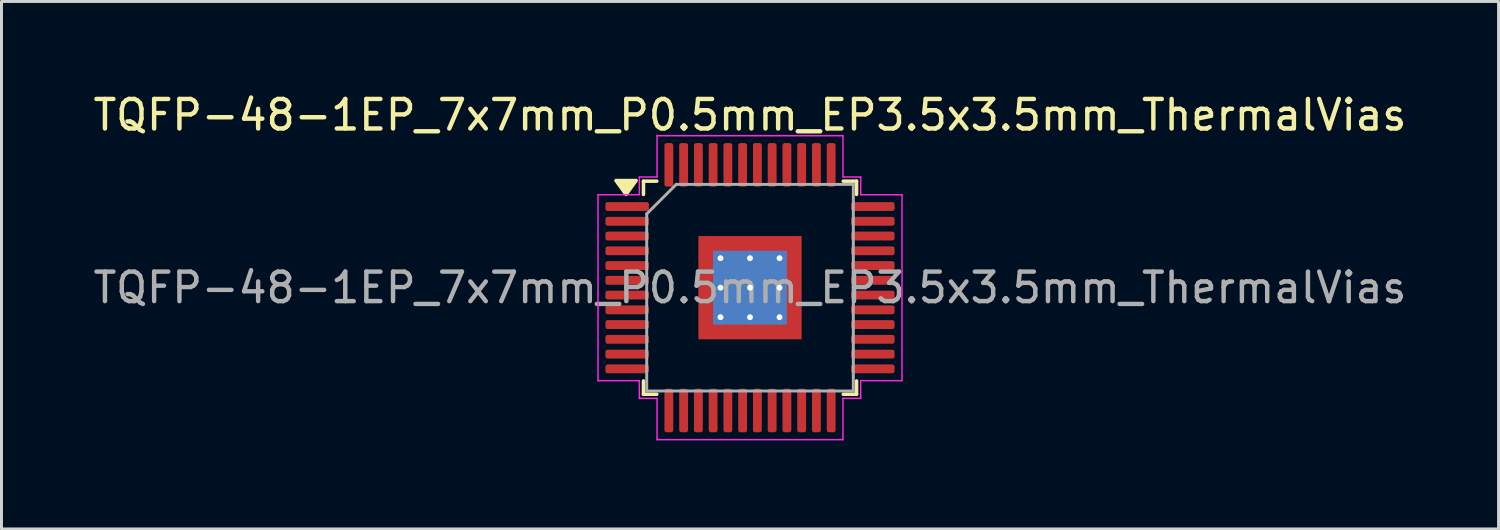
<source format=kicad_pcb>
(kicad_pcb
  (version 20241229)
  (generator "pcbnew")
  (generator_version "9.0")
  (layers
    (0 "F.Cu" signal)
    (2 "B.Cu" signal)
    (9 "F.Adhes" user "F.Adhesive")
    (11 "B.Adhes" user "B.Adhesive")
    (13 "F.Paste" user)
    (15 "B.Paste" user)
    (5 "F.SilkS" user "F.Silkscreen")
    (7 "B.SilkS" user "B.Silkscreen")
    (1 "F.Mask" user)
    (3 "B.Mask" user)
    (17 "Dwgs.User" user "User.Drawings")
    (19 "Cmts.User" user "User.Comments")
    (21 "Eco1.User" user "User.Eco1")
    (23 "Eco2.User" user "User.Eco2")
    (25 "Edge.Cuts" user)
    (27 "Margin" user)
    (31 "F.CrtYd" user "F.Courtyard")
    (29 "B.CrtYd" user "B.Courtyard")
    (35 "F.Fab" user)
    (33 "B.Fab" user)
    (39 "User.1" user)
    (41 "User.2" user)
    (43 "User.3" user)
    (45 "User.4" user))
  (footprint "TQFP-48-1EP_7x7mm_P0.5mm_EP3.5x3.5mm_ThermalVias"
    (layer "F.Cu")
    (at 22.363 6.698)
    (property "Reference" "TQFP-48-1EP_7x7mm_P0.5mm_EP3.5x3.5mm_ThermalVias" (at 0 -5.85 0) (layer "F.SilkS") (effects (font (size 1 1) (thickness 0.15))))
    (attr smd)
    (fp_line (start -3.61 -3.61) (end -3.61 -3.16) (stroke (width 0.12) (type solid)) (layer "F.SilkS"))
    (fp_line (start -3.61 3.61) (end -3.61 3.16) (stroke (width 0.12) (type solid)) (layer "F.SilkS"))
    (fp_line (start -3.16 -3.61) (end -3.61 -3.61) (stroke (width 0.12) (type solid)) (layer "F.SilkS"))
    (fp_line (start -3.16 3.61) (end -3.61 3.61) (stroke (width 0.12) (type solid)) (layer "F.SilkS"))
    (fp_line (start 3.16 -3.61) (end 3.61 -3.61) (stroke (width 0.12) (type solid)) (layer "F.SilkS"))
    (fp_line (start 3.16 3.61) (end 3.61 3.61) (stroke (width 0.12) (type solid)) (layer "F.SilkS"))
    (fp_line (start 3.61 -3.61) (end 3.61 -3.16) (stroke (width 0.12) (type solid)) (layer "F.SilkS"))
    (fp_line (start 3.61 3.61) (end 3.61 3.16) (stroke (width 0.12) (type solid)) (layer "F.SilkS"))
    (fp_poly (pts (xy -4.2 -3.16) (xy -4.54 -3.63) (xy -3.86 -3.63)) (stroke (width 0.12) (type solid)) (fill yes) (layer "F.SilkS"))
    (fp_line (start -5.15 -3.15) (end -3.75 -3.15) (stroke (width 0.05) (type solid)) (layer "F.CrtYd"))
    (fp_line (start -5.15 3.15) (end -5.15 -3.15) (stroke (width 0.05) (type solid)) (layer "F.CrtYd"))
    (fp_line (start -3.75 -3.75) (end -3.15 -3.75) (stroke (width 0.05) (type solid)) (layer "F.CrtYd"))
    (fp_line (start -3.75 -3.15) (end -3.75 -3.75) (stroke (width 0.05) (type solid)) (layer "F.CrtYd"))
    (fp_line (start -3.75 3.15) (end -5.15 3.15) (stroke (width 0.05) (type solid)) (layer "F.CrtYd"))
    (fp_line (start -3.75 3.75) (end -3.75 3.15) (stroke (width 0.05) (type solid)) (layer "F.CrtYd"))
    (fp_line (start -3.15 -5.15) (end 3.15 -5.15) (stroke (width 0.05) (type solid)) (layer "F.CrtYd"))
    (fp_line (start -3.15 -3.75) (end -3.15 -5.15) (stroke (width 0.05) (type solid)) (layer "F.CrtYd"))
    (fp_line (start -3.15 3.75) (end -3.75 3.75) (stroke (width 0.05) (type solid)) (layer "F.CrtYd"))
    (fp_line (start -3.15 5.15) (end -3.15 3.75) (stroke (width 0.05) (type solid)) (layer "F.CrtYd"))
    (fp_line (start 3.15 -5.15) (end 3.15 -3.75) (stroke (width 0.05) (type solid)) (layer "F.CrtYd"))
    (fp_line (start 3.15 -3.75) (end 3.75 -3.75) (stroke (width 0.05) (type solid)) (layer "F.CrtYd"))
    (fp_line (start 3.15 3.75) (end 3.15 5.15) (stroke (width 0.05) (type solid)) (layer "F.CrtYd"))
    (fp_line (start 3.15 5.15) (end -3.15 5.15) (stroke (width 0.05) (type solid)) (layer "F.CrtYd"))
    (fp_line (start 3.75 -3.75) (end 3.75 -3.15) (stroke (width 0.05) (type solid)) (layer "F.CrtYd"))
    (fp_line (start 3.75 -3.15) (end 5.15 -3.15) (stroke (width 0.05) (type solid)) (layer "F.CrtYd"))
    (fp_line (start 3.75 3.15) (end 3.75 3.75) (stroke (width 0.05) (type solid)) (layer "F.CrtYd"))
    (fp_line (start 3.75 3.75) (end 3.15 3.75) (stroke (width 0.05) (type solid)) (layer "F.CrtYd"))
    (fp_line (start 5.15 -3.15) (end 5.15 3.15) (stroke (width 0.05) (type solid)) (layer "F.CrtYd"))
    (fp_line (start 5.15 3.15) (end 3.75 3.15) (stroke (width 0.05) (type solid)) (layer "F.CrtYd"))
    (fp_line (start -3.5 -2.5) (end -2.5 -3.5) (stroke (width 0.1) (type solid)) (layer "F.Fab"))
    (fp_line (start -3.5 3.5) (end -3.5 -2.5) (stroke (width 0.1) (type solid)) (layer "F.Fab"))
    (fp_line (start -2.5 -3.5) (end 3.5 -3.5) (stroke (width 0.1) (type solid)) (layer "F.Fab"))
    (fp_line (start 3.5 -3.5) (end 3.5 3.5) (stroke (width 0.1) (type solid)) (layer "F.Fab"))
    (fp_line (start 3.5 3.5) (end -3.5 3.5) (stroke (width 0.1) (type solid)) (layer "F.Fab"))
    (fp_text user "${REFERENCE}" (at 0 0 0) (layer "F.Fab") (effects (font (size 1 1) (thickness 0.15))))
    (pad "" smd roundrect (at -0.875 -0.875) (size 1.41 1.41) (layers "F.Paste") (roundrect_rratio 0.177))
    (pad "" smd roundrect (at -0.875 0.875) (size 1.41 1.41) (layers "F.Paste") (roundrect_rratio 0.177))
    (pad "" smd roundrect (at 0.875 -0.875) (size 1.41 1.41) (layers "F.Paste") (roundrect_rratio 0.177))
    (pad "" smd roundrect (at 0.875 0.875) (size 1.41 1.41) (layers "F.Paste") (roundrect_rratio 0.177))
    (pad "1" smd roundrect (at -4.162 -2.75) (size 1.475 0.3) (layers "F.Cu" "F.Mask" "F.Paste") (roundrect_rratio 0.25))
    (pad "2" smd roundrect (at -4.162 -2.25) (size 1.475 0.3) (layers "F.Cu" "F.Mask" "F.Paste") (roundrect_rratio 0.25))
    (pad "3" smd roundrect (at -4.162 -1.75) (size 1.475 0.3) (layers "F.Cu" "F.Mask" "F.Paste") (roundrect_rratio 0.25))
    (pad "4" smd roundrect (at -4.162 -1.25) (size 1.475 0.3) (layers "F.Cu" "F.Mask" "F.Paste") (roundrect_rratio 0.25))
    (pad "5" smd roundrect (at -4.162 -0.75) (size 1.475 0.3) (layers "F.Cu" "F.Mask" "F.Paste") (roundrect_rratio 0.25))
    (pad "6" smd roundrect (at -4.162 -0.25) (size 1.475 0.3) (layers "F.Cu" "F.Mask" "F.Paste") (roundrect_rratio 0.25))
    (pad "7" smd roundrect (at -4.162 0.25) (size 1.475 0.3) (layers "F.Cu" "F.Mask" "F.Paste") (roundrect_rratio 0.25))
    (pad "8" smd roundrect (at -4.162 0.75) (size 1.475 0.3) (layers "F.Cu" "F.Mask" "F.Paste") (roundrect_rratio 0.25))
    (pad "9" smd roundrect (at -4.162 1.25) (size 1.475 0.3) (layers "F.Cu" "F.Mask" "F.Paste") (roundrect_rratio 0.25))
    (pad "10" smd roundrect (at -4.162 1.75) (size 1.475 0.3) (layers "F.Cu" "F.Mask" "F.Paste") (roundrect_rratio 0.25))
    (pad "11" smd roundrect (at -4.162 2.25) (size 1.475 0.3) (layers "F.Cu" "F.Mask" "F.Paste") (roundrect_rratio 0.25))
    (pad "12" smd roundrect (at -4.162 2.75) (size 1.475 0.3) (layers "F.Cu" "F.Mask" "F.Paste") (roundrect_rratio 0.25))
    (pad "13" smd roundrect (at -2.75 4.162) (size 0.3 1.475) (layers "F.Cu" "F.Mask" "F.Paste") (roundrect_rratio 0.25))
    (pad "14" smd roundrect (at -2.25 4.162) (size 0.3 1.475) (layers "F.Cu" "F.Mask" "F.Paste") (roundrect_rratio 0.25))
    (pad "15" smd roundrect (at -1.75 4.162) (size 0.3 1.475) (layers "F.Cu" "F.Mask" "F.Paste") (roundrect_rratio 0.25))
    (pad "16" smd roundrect (at -1.25 4.162) (size 0.3 1.475) (layers "F.Cu" "F.Mask" "F.Paste") (roundrect_rratio 0.25))
    (pad "17" smd roundrect (at -0.75 4.162) (size 0.3 1.475) (layers "F.Cu" "F.Mask" "F.Paste") (roundrect_rratio 0.25))
    (pad "18" smd roundrect (at -0.25 4.162) (size 0.3 1.475) (layers "F.Cu" "F.Mask" "F.Paste") (roundrect_rratio 0.25))
    (pad "19" smd roundrect (at 0.25 4.162) (size 0.3 1.475) (layers "F.Cu" "F.Mask" "F.Paste") (roundrect_rratio 0.25))
    (pad "20" smd roundrect (at 0.75 4.162) (size 0.3 1.475) (layers "F.Cu" "F.Mask" "F.Paste") (roundrect_rratio 0.25))
    (pad "21" smd roundrect (at 1.25 4.162) (size 0.3 1.475) (layers "F.Cu" "F.Mask" "F.Paste") (roundrect_rratio 0.25))
    (pad "22" smd roundrect (at 1.75 4.162) (size 0.3 1.475) (layers "F.Cu" "F.Mask" "F.Paste") (roundrect_rratio 0.25))
    (pad "23" smd roundrect (at 2.25 4.162) (size 0.3 1.475) (layers "F.Cu" "F.Mask" "F.Paste") (roundrect_rratio 0.25))
    (pad "24" smd roundrect (at 2.75 4.162) (size 0.3 1.475) (layers "F.Cu" "F.Mask" "F.Paste") (roundrect_rratio 0.25))
    (pad "25" smd roundrect (at 4.162 2.75) (size 1.475 0.3) (layers "F.Cu" "F.Mask" "F.Paste") (roundrect_rratio 0.25))
    (pad "26" smd roundrect (at 4.162 2.25) (size 1.475 0.3) (layers "F.Cu" "F.Mask" "F.Paste") (roundrect_rratio 0.25))
    (pad "27" smd roundrect (at 4.162 1.75) (size 1.475 0.3) (layers "F.Cu" "F.Mask" "F.Paste") (roundrect_rratio 0.25))
    (pad "28" smd roundrect (at 4.162 1.25) (size 1.475 0.3) (layers "F.Cu" "F.Mask" "F.Paste") (roundrect_rratio 0.25))
    (pad "29" smd roundrect (at 4.162 0.75) (size 1.475 0.3) (layers "F.Cu" "F.Mask" "F.Paste") (roundrect_rratio 0.25))
    (pad "30" smd roundrect (at 4.162 0.25) (size 1.475 0.3) (layers "F.Cu" "F.Mask" "F.Paste") (roundrect_rratio 0.25))
    (pad "31" smd roundrect (at 4.162 -0.25) (size 1.475 0.3) (layers "F.Cu" "F.Mask" "F.Paste") (roundrect_rratio 0.25))
    (pad "32" smd roundrect (at 4.162 -0.75) (size 1.475 0.3) (layers "F.Cu" "F.Mask" "F.Paste") (roundrect_rratio 0.25))
    (pad "33" smd roundrect (at 4.162 -1.25) (size 1.475 0.3) (layers "F.Cu" "F.Mask" "F.Paste") (roundrect_rratio 0.25))
    (pad "34" smd roundrect (at 4.162 -1.75) (size 1.475 0.3) (layers "F.Cu" "F.Mask" "F.Paste") (roundrect_rratio 0.25))
    (pad "35" smd roundrect (at 4.162 -2.25) (size 1.475 0.3) (layers "F.Cu" "F.Mask" "F.Paste") (roundrect_rratio 0.25))
    (pad "36" smd roundrect (at 4.162 -2.75) (size 1.475 0.3) (layers "F.Cu" "F.Mask" "F.Paste") (roundrect_rratio 0.25))
    (pad "37" smd roundrect (at 2.75 -4.162) (size 0.3 1.475) (layers "F.Cu" "F.Mask" "F.Paste") (roundrect_rratio 0.25))
    (pad "38" smd roundrect (at 2.25 -4.162) (size 0.3 1.475) (layers "F.Cu" "F.Mask" "F.Paste") (roundrect_rratio 0.25))
    (pad "39" smd roundrect (at 1.75 -4.162) (size 0.3 1.475) (layers "F.Cu" "F.Mask" "F.Paste") (roundrect_rratio 0.25))
    (pad "40" smd roundrect (at 1.25 -4.162) (size 0.3 1.475) (layers "F.Cu" "F.Mask" "F.Paste") (roundrect_rratio 0.25))
    (pad "41" smd roundrect (at 0.75 -4.162) (size 0.3 1.475) (layers "F.Cu" "F.Mask" "F.Paste") (roundrect_rratio 0.25))
    (pad "42" smd roundrect (at 0.25 -4.162) (size 0.3 1.475) (layers "F.Cu" "F.Mask" "F.Paste") (roundrect_rratio 0.25))
    (pad "43" smd roundrect (at -0.25 -4.162) (size 0.3 1.475) (layers "F.Cu" "F.Mask" "F.Paste") (roundrect_rratio 0.25))
    (pad "44" smd roundrect (at -0.75 -4.162) (size 0.3 1.475) (layers "F.Cu" "F.Mask" "F.Paste") (roundrect_rratio 0.25))
    (pad "45" smd roundrect (at -1.25 -4.162) (size 0.3 1.475) (layers "F.Cu" "F.Mask" "F.Paste") (roundrect_rratio 0.25))
    (pad "46" smd roundrect (at -1.75 -4.162) (size 0.3 1.475) (layers "F.Cu" "F.Mask" "F.Paste") (roundrect_rratio 0.25))
    (pad "47" smd roundrect (at -2.25 -4.162) (size 0.3 1.475) (layers "F.Cu" "F.Mask" "F.Paste") (roundrect_rratio 0.25))
    (pad "48" smd roundrect (at -2.75 -4.162) (size 0.3 1.475) (layers "F.Cu" "F.Mask" "F.Paste") (roundrect_rratio 0.25))
    (pad "49" thru_hole circle (at -1 -1) (size 0.5 0.5) (drill 0.2) (property pad_prop_heatsink) (layers "*.Cu"))
    (pad "49" thru_hole circle (at -1 0) (size 0.5 0.5) (drill 0.2) (property pad_prop_heatsink) (layers "*.Cu"))
    (pad "49" thru_hole circle (at -1 1) (size 0.5 0.5) (drill 0.2) (property pad_prop_heatsink) (layers "*.Cu"))
    (pad "49" thru_hole circle (at 0 -1) (size 0.5 0.5) (drill 0.2) (property pad_prop_heatsink) (layers "*.Cu"))
    (pad "49" thru_hole circle (at 0 0) (size 0.5 0.5) (drill 0.2) (property pad_prop_heatsink) (layers "*.Cu"))
    (pad "49" smd rect (at 0 0) (size 2.5 2.5) (property pad_prop_heatsink) (layers "B.Cu"))
    (pad "49" smd rect (at 0 0) (size 3.5 3.5) (property pad_prop_heatsink) (layers "F.Cu" "F.Mask"))
    (pad "49" thru_hole circle (at 0 1) (size 0.5 0.5) (drill 0.2) (property pad_prop_heatsink) (layers "*.Cu"))
    (pad "49" thru_hole circle (at 1 -1) (size 0.5 0.5) (drill 0.2) (property pad_prop_heatsink) (layers "*.Cu"))
    (pad "49" thru_hole circle (at 1 0) (size 0.5 0.5) (drill 0.2) (property pad_prop_heatsink) (layers "*.Cu"))
    (pad "49" thru_hole circle (at 1 1) (size 0.5 0.5) (drill 0.2) (property pad_prop_heatsink) (layers "*.Cu")))
  (gr_rect
    (start -3 -3)
    (end 47.726 14.873)
    (stroke (width 0.1) (type default))
    (fill no)
    (layer "Edge.Cuts")))
</source>
